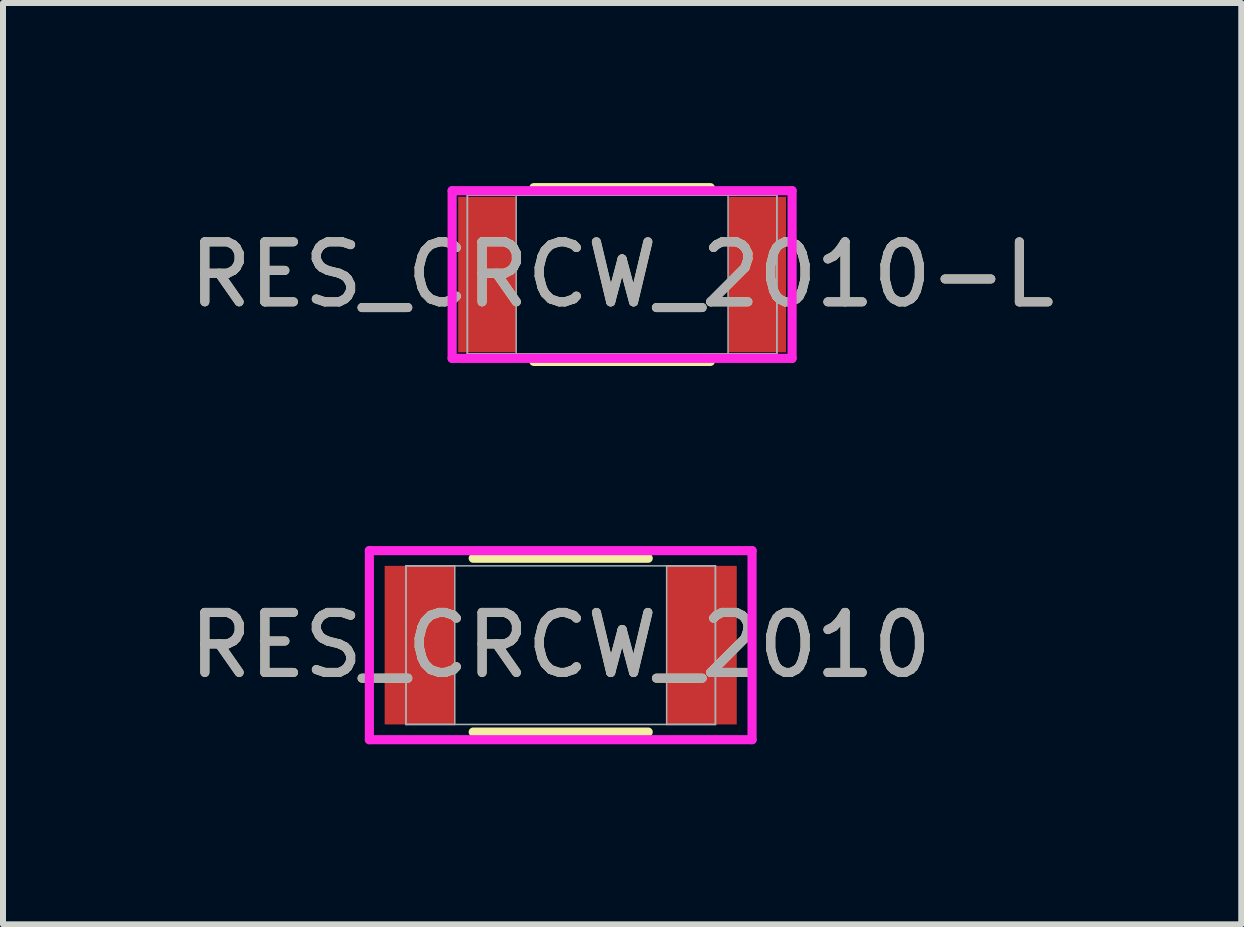
<source format=kicad_pcb>
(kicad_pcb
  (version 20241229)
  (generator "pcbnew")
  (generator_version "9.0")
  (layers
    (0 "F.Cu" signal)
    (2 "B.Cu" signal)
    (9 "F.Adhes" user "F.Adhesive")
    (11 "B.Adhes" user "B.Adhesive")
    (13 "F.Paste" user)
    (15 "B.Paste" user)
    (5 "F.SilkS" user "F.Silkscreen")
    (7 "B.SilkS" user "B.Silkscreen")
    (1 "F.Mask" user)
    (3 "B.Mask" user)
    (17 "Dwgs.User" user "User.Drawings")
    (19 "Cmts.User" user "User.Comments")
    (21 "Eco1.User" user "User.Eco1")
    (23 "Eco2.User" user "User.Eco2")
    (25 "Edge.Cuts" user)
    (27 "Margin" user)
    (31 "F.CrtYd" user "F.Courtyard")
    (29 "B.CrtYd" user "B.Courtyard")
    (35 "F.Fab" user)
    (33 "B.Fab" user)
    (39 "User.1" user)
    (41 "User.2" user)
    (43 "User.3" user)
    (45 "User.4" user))
  (footprint "RES_CRCW_2010"
    (layer "F.Cu")
    (at 6.292 7.699)
    (property "Reference" "RES_CRCW_2010" (at 0 0 0) (unlocked yes) (layer "F.SilkS") (effects (font (size 1 1) (thickness 0.15))))
    (attr smd)
    (fp_line (start -1.458 1.448) (end 1.458 1.448) (stroke (width 0.152) (type solid)) (layer "F.SilkS"))
    (fp_line (start 1.458 -1.448) (end -1.458 -1.448) (stroke (width 0.152) (type solid)) (layer "F.SilkS"))
    (fp_line (start -3.188 -1.575) (end 3.188 -1.575) (stroke (width 0.152) (type solid)) (layer "F.CrtYd"))
    (fp_line (start -3.188 1.575) (end -3.188 -1.575) (stroke (width 0.152) (type solid)) (layer "F.CrtYd"))
    (fp_line (start 3.188 -1.575) (end 3.188 1.575) (stroke (width 0.152) (type solid)) (layer "F.CrtYd"))
    (fp_line (start 3.188 1.575) (end -3.188 1.575) (stroke (width 0.152) (type solid)) (layer "F.CrtYd"))
    (fp_line (start -2.578 -1.321) (end -2.578 1.321) (stroke (width 0.025) (type solid)) (layer "F.Fab"))
    (fp_line (start -2.578 -1.321) (end -2.578 1.321) (stroke (width 0.025) (type solid)) (layer "F.Fab"))
    (fp_line (start -2.578 1.321) (end -1.765 1.321) (stroke (width 0.025) (type solid)) (layer "F.Fab"))
    (fp_line (start -2.578 1.321) (end 2.578 1.321) (stroke (width 0.025) (type solid)) (layer "F.Fab"))
    (fp_line (start -1.765 -1.321) (end -2.578 -1.321) (stroke (width 0.025) (type solid)) (layer "F.Fab"))
    (fp_line (start -1.765 1.321) (end -1.765 -1.321) (stroke (width 0.025) (type solid)) (layer "F.Fab"))
    (fp_line (start 1.765 -1.321) (end 1.765 1.321) (stroke (width 0.025) (type solid)) (layer "F.Fab"))
    (fp_line (start 1.765 1.321) (end 2.578 1.321) (stroke (width 0.025) (type solid)) (layer "F.Fab"))
    (fp_line (start 2.578 -1.321) (end -2.578 -1.321) (stroke (width 0.025) (type solid)) (layer "F.Fab"))
    (fp_line (start 2.578 -1.321) (end 1.765 -1.321) (stroke (width 0.025) (type solid)) (layer "F.Fab"))
    (fp_line (start 2.578 1.321) (end 2.578 -1.321) (stroke (width 0.025) (type solid)) (layer "F.Fab"))
    (fp_line (start 2.578 1.321) (end 2.578 -1.321) (stroke (width 0.025) (type solid)) (layer "F.Fab"))
    (fp_text user "${REFERENCE}" (at 0 0 0) (unlocked yes) (layer "F.Fab") (effects (font (size 1 1) (thickness 0.15))))
    (pad "1" smd rect (at -2.349 0) (size 1.168 2.642) (layers "F.Cu" "F.Mask" "F.Paste"))
    (pad "2" smd rect (at 2.349 0) (size 1.168 2.642) (layers "F.Cu" "F.Mask" "F.Paste"))
    (zone (net_name "") (layer "F.Cu") (hatch full 0.508) (connect_pads) (min_thickness 0.254) (filled_areas_thickness no) (keepout (tracks not_allowed) (vias not_allowed) (pads allowed) (copperpour not_allowed) (footprints allowed)) (placement (enabled no)) (fill) (polygon (pts (xy 4.577 6.429) (xy 8.006 6.429) (xy 8.006 8.969) (xy 4.577 8.969)))))
  (footprint "RES_CRCW_2010-L"
    (layer "F.Cu")
    (at 7.315 1.524)
    (property "Reference" "RES_CRCW_2010-L" (at 0 0 0) (unlocked yes) (layer "F.SilkS") (effects (font (size 1 1) (thickness 0.15))))
    (attr smd)
    (fp_line (start -1.47 1.448) (end 1.47 1.448) (stroke (width 0.152) (type solid)) (layer "F.SilkS"))
    (fp_line (start 1.47 -1.448) (end -1.47 -1.448) (stroke (width 0.152) (type solid)) (layer "F.SilkS"))
    (fp_line (start -2.832 -1.397) (end 2.832 -1.397) (stroke (width 0.152) (type solid)) (layer "F.CrtYd"))
    (fp_line (start -2.832 1.397) (end -2.832 -1.397) (stroke (width 0.152) (type solid)) (layer "F.CrtYd"))
    (fp_line (start 2.832 -1.397) (end 2.832 1.397) (stroke (width 0.152) (type solid)) (layer "F.CrtYd"))
    (fp_line (start 2.832 1.397) (end -2.832 1.397) (stroke (width 0.152) (type solid)) (layer "F.CrtYd"))
    (fp_line (start -2.578 -1.321) (end -2.578 1.321) (stroke (width 0.025) (type solid)) (layer "F.Fab"))
    (fp_line (start -2.578 -1.321) (end -2.578 1.321) (stroke (width 0.025) (type solid)) (layer "F.Fab"))
    (fp_line (start -2.578 1.321) (end -1.765 1.321) (stroke (width 0.025) (type solid)) (layer "F.Fab"))
    (fp_line (start -2.578 1.321) (end 2.578 1.321) (stroke (width 0.025) (type solid)) (layer "F.Fab"))
    (fp_line (start -1.765 -1.321) (end -2.578 -1.321) (stroke (width 0.025) (type solid)) (layer "F.Fab"))
    (fp_line (start -1.765 1.321) (end -1.765 -1.321) (stroke (width 0.025) (type solid)) (layer "F.Fab"))
    (fp_line (start 1.765 -1.321) (end 1.765 1.321) (stroke (width 0.025) (type solid)) (layer "F.Fab"))
    (fp_line (start 1.765 1.321) (end 2.578 1.321) (stroke (width 0.025) (type solid)) (layer "F.Fab"))
    (fp_line (start 2.578 -1.321) (end -2.578 -1.321) (stroke (width 0.025) (type solid)) (layer "F.Fab"))
    (fp_line (start 2.578 -1.321) (end 1.765 -1.321) (stroke (width 0.025) (type solid)) (layer "F.Fab"))
    (fp_line (start 2.578 1.321) (end 2.578 -1.321) (stroke (width 0.025) (type solid)) (layer "F.Fab"))
    (fp_line (start 2.578 1.321) (end 2.578 -1.321) (stroke (width 0.025) (type solid)) (layer "F.Fab"))
    (fp_text user "${REFERENCE}" (at 0 0 0) (unlocked yes) (layer "F.Fab") (effects (font (size 1 1) (thickness 0.15))))
    (pad "1" smd rect (at -2.248 0) (size 0.965 2.591) (layers "F.Cu" "F.Mask" "F.Paste"))
    (pad "2" smd rect (at 2.248 0) (size 0.965 2.591) (layers "F.Cu" "F.Mask" "F.Paste"))
    (zone (net_name "") (layer "F.Cu") (hatch full 0.508) (connect_pads) (min_thickness 0.254) (filled_areas_thickness no) (keepout (tracks not_allowed) (vias not_allowed) (pads allowed) (copperpour not_allowed) (footprints allowed)) (placement (enabled no)) (fill) (polygon (pts (xy 5.601 0.254) (xy 9.03 0.254) (xy 9.03 2.794) (xy 5.601 2.794)))))
  (gr_rect
    (start -3 -3)
    (end 17.631 12.35)
    (stroke (width 0.1) (type default))
    (fill no)
    (layer "Edge.Cuts")))
</source>
